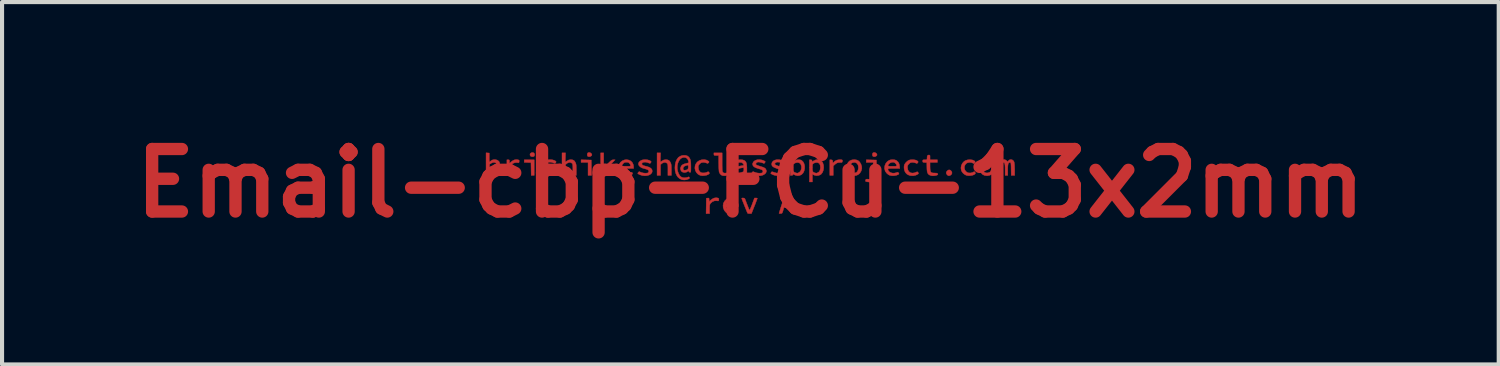
<source format=kicad_pcb>
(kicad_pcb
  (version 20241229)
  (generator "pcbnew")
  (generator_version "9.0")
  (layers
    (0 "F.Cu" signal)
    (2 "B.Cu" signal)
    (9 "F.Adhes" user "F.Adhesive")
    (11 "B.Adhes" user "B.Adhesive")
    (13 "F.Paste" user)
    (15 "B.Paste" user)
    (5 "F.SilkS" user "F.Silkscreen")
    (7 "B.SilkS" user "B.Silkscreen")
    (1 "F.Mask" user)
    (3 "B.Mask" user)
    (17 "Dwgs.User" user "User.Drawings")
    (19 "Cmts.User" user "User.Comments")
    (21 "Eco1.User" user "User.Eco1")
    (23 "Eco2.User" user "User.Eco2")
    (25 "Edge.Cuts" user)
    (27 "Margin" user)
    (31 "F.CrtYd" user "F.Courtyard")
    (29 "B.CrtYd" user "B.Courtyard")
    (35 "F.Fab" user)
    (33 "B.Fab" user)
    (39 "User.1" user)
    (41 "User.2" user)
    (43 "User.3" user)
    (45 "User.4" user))
  (footprint "Email-cbp-FCu-13x2mm"
    (layer "F.Cu")
    (at 15.247 1.418)
    (property "Reference" "Email-cbp-FCu-13x2mm" (at 0 0 0) (layer "F.Cu") (effects (font (size 1.524 1.524) (thickness 0.3))))
    (attr through_hole)
    (fp_poly (pts (xy -3.879 -0.566) (xy -3.873 -0.191) (xy -3.958 -0.191) (xy -3.958 -0.508) (xy -4.128 -0.508) (xy -4.128 -0.572) (xy -3.879 -0.566)) (stroke (width 0.01) (type solid)) (fill yes) (layer "F.Cu"))
    (fp_poly (pts (xy -5.271 -0.191) (xy -5.344 -0.191) (xy -5.347 -0.347) (xy -5.35 -0.503) (xy -5.432 -0.506) (xy -5.514 -0.509) (xy -5.514 -0.572) (xy -5.271 -0.572) (xy -5.271 -0.191)) (stroke (width 0.01) (type solid)) (fill yes) (layer "F.Cu"))
    (fp_poly (pts (xy -5.298 -0.749) (xy -5.274 -0.735) (xy -5.261 -0.71) (xy -5.26 -0.7) (xy -5.264 -0.674) (xy -5.273 -0.658) (xy -5.296 -0.647) (xy -5.327 -0.647) (xy -5.355 -0.658) (xy -5.36 -0.662) (xy -5.375 -0.69) (xy -5.37 -0.718) (xy -5.357 -0.734) (xy -5.328 -0.749) (xy -5.298 -0.749)) (stroke (width 0.01) (type solid)) (fill yes) (layer "F.Cu"))
    (fp_poly (pts (xy -3.906 -0.745) (xy -3.88 -0.727) (xy -3.874 -0.718) (xy -3.864 -0.696) (xy -3.867 -0.681) (xy -3.878 -0.667) (xy -3.904 -0.651) (xy -3.935 -0.646) (xy -3.962 -0.655) (xy -3.967 -0.658) (xy -3.977 -0.681) (xy -3.978 -0.711) (xy -3.968 -0.736) (xy -3.964 -0.74) (xy -3.937 -0.751) (xy -3.906 -0.745)) (stroke (width 0.01) (type solid)) (fill yes) (layer "F.Cu"))
    (fp_poly (pts (xy 3.047 -0.745) (xy 3.073 -0.727) (xy 3.079 -0.718) (xy 3.089 -0.696) (xy 3.086 -0.681) (xy 3.075 -0.667) (xy 3.049 -0.651) (xy 3.018 -0.646) (xy 2.991 -0.655) (xy 2.987 -0.658) (xy 2.976 -0.681) (xy 2.975 -0.711) (xy 2.985 -0.736) (xy 2.989 -0.74) (xy 3.016 -0.751) (xy 3.047 -0.745)) (stroke (width 0.01) (type solid)) (fill yes) (layer "F.Cu"))
    (fp_poly (pts (xy 4.888 -0.31) (xy 4.912 -0.278) (xy 4.917 -0.245) (xy 4.901 -0.213) (xy 4.896 -0.207) (xy 4.863 -0.185) (xy 4.831 -0.182) (xy 4.801 -0.201) (xy 4.795 -0.208) (xy 4.776 -0.241) (xy 4.778 -0.272) (xy 4.799 -0.302) (xy 4.799 -0.302) (xy 4.831 -0.324) (xy 4.862 -0.325) (xy 4.888 -0.31)) (stroke (width 0.01) (type solid)) (fill yes) (layer "F.Cu"))
    (fp_poly (pts (xy -3.577 -0.376) (xy -3.479 -0.474) (xy -3.438 -0.514) (xy -3.409 -0.541) (xy -3.387 -0.558) (xy -3.369 -0.567) (xy -3.352 -0.571) (xy -3.339 -0.572) (xy -3.297 -0.572) (xy -3.449 -0.418) (xy -3.281 -0.191) (xy -3.326 -0.191) (xy -3.347 -0.192) (xy -3.362 -0.196) (xy -3.377 -0.206) (xy -3.395 -0.227) (xy -3.42 -0.26) (xy -3.434 -0.28) (xy -3.498 -0.369) (xy -3.537 -0.331) (xy -3.562 -0.305) (xy -3.573 -0.282) (xy -3.577 -0.252) (xy -3.577 -0.241) (xy -3.577 -0.191) (xy -3.651 -0.191) (xy -3.651 -0.741) (xy -3.577 -0.741) (xy -3.577 -0.376)) (stroke (width 0.01) (type solid)) (fill yes) (layer "F.Cu"))
    (fp_poly (pts (xy 2.215 -0.574) (xy 2.238 -0.568) (xy 2.247 -0.555) (xy 2.245 -0.533) (xy 2.244 -0.532) (xy 2.237 -0.513) (xy 2.223 -0.505) (xy 2.196 -0.506) (xy 2.195 -0.506) (xy 2.15 -0.505) (xy 2.114 -0.495) (xy 2.079 -0.472) (xy 2.063 -0.459) (xy 2.021 -0.421) (xy 2.021 -0.191) (xy 1.937 -0.191) (xy 1.937 -0.572) (xy 1.967 -0.572) (xy 1.993 -0.566) (xy 2.007 -0.548) (xy 2.011 -0.513) (xy 2.011 -0.51) (xy 2.012 -0.491) (xy 2.017 -0.491) (xy 2.027 -0.505) (xy 2.064 -0.541) (xy 2.114 -0.565) (xy 2.17 -0.575) (xy 2.173 -0.575) (xy 2.215 -0.574)) (stroke (width 0.01) (type solid)) (fill yes) (layer "F.Cu"))
    (fp_poly (pts (xy -5.68 -0.575) (xy -5.652 -0.568) (xy -5.638 -0.557) (xy -5.637 -0.552) (xy -5.638 -0.532) (xy -5.639 -0.518) (xy -5.643 -0.504) (xy -5.654 -0.499) (xy -5.679 -0.502) (xy -5.683 -0.503) (xy -5.74 -0.502) (xy -5.792 -0.482) (xy -5.831 -0.449) (xy -5.845 -0.431) (xy -5.855 -0.416) (xy -5.86 -0.396) (xy -5.862 -0.368) (xy -5.863 -0.327) (xy -5.863 -0.301) (xy -5.863 -0.191) (xy -5.937 -0.191) (xy -5.937 -0.572) (xy -5.905 -0.572) (xy -5.885 -0.57) (xy -5.876 -0.561) (xy -5.874 -0.539) (xy -5.874 -0.528) (xy -5.874 -0.484) (xy -5.832 -0.522) (xy -5.799 -0.547) (xy -5.762 -0.566) (xy -5.748 -0.571) (xy -5.713 -0.576) (xy -5.68 -0.575)) (stroke (width 0.01) (type solid)) (fill yes) (layer "F.Cu"))
    (fp_poly (pts (xy -0.811 0.356) (xy -0.784 0.363) (xy -0.769 0.374) (xy -0.768 0.379) (xy -0.77 0.4) (xy -0.771 0.414) (xy -0.774 0.427) (xy -0.786 0.432) (xy -0.811 0.429) (xy -0.815 0.429) (xy -0.872 0.429) (xy -0.924 0.449) (xy -0.963 0.483) (xy -0.977 0.5) (xy -0.986 0.516) (xy -0.992 0.535) (xy -0.994 0.563) (xy -0.995 0.605) (xy -0.995 0.63) (xy -0.995 0.741) (xy -1.08 0.741) (xy -1.077 0.553) (xy -1.074 0.365) (xy -1.04 0.362) (xy -1.018 0.361) (xy -1.008 0.367) (xy -1.006 0.387) (xy -1.005 0.403) (xy -1.005 0.447) (xy -0.964 0.409) (xy -0.93 0.384) (xy -0.894 0.365) (xy -0.879 0.36) (xy -0.845 0.355) (xy -0.811 0.356)) (stroke (width 0.01) (type solid)) (fill yes) (layer "F.Cu"))
    (fp_poly (pts (xy 3.074 -0.566) (xy 3.074 -0.349) (xy 3.074 -0.274) (xy 3.073 -0.217) (xy 3.072 -0.175) (xy 3.069 -0.144) (xy 3.065 -0.122) (xy 3.06 -0.106) (xy 3.056 -0.098) (xy 3.024 -0.061) (xy 2.978 -0.037) (xy 2.921 -0.027) (xy 2.859 -0.033) (xy 2.826 -0.04) (xy 2.81 -0.046) (xy 2.806 -0.057) (xy 2.81 -0.076) (xy 2.81 -0.077) (xy 2.815 -0.09) (xy 2.823 -0.098) (xy 2.841 -0.1) (xy 2.873 -0.099) (xy 2.889 -0.098) (xy 2.923 -0.096) (xy 2.949 -0.098) (xy 2.968 -0.105) (xy 2.981 -0.122) (xy 2.989 -0.149) (xy 2.993 -0.19) (xy 2.995 -0.247) (xy 2.995 -0.323) (xy 2.995 -0.508) (xy 2.826 -0.508) (xy 2.826 -0.572) (xy 3.074 -0.566)) (stroke (width 0.01) (type solid)) (fill yes) (layer "F.Cu"))
    (fp_poly (pts (xy -6.406 -0.739) (xy -6.366 -0.736) (xy -6.367 -0.627) (xy -6.367 -0.582) (xy -6.365 -0.546) (xy -6.363 -0.524) (xy -6.361 -0.519) (xy -6.349 -0.526) (xy -6.334 -0.54) (xy -6.299 -0.565) (xy -6.255 -0.576) (xy -6.209 -0.575) (xy -6.166 -0.561) (xy -6.133 -0.535) (xy -6.127 -0.526) (xy -6.119 -0.51) (xy -6.113 -0.49) (xy -6.11 -0.464) (xy -6.108 -0.427) (xy -6.107 -0.374) (xy -6.107 -0.341) (xy -6.107 -0.191) (xy -6.181 -0.191) (xy -6.181 -0.318) (xy -6.182 -0.384) (xy -6.186 -0.433) (xy -6.193 -0.466) (xy -6.204 -0.488) (xy -6.217 -0.5) (xy -6.245 -0.508) (xy -6.281 -0.504) (xy -6.318 -0.489) (xy -6.325 -0.484) (xy -6.36 -0.46) (xy -6.361 -0.325) (xy -6.361 -0.191) (xy -6.445 -0.191) (xy -6.445 -0.742) (xy -6.406 -0.739)) (stroke (width 0.01) (type solid)) (fill yes) (layer "F.Cu"))
    (fp_poly (pts (xy -0.688 -0.513) (xy -0.688 -0.438) (xy -0.687 -0.381) (xy -0.686 -0.339) (xy -0.684 -0.31) (xy -0.681 -0.291) (xy -0.677 -0.278) (xy -0.671 -0.269) (xy -0.666 -0.264) (xy -0.648 -0.25) (xy -0.626 -0.247) (xy -0.597 -0.249) (xy -0.568 -0.253) (xy -0.552 -0.249) (xy -0.543 -0.237) (xy -0.541 -0.231) (xy -0.537 -0.212) (xy -0.548 -0.199) (xy -0.559 -0.194) (xy -0.597 -0.184) (xy -0.643 -0.182) (xy -0.683 -0.187) (xy -0.717 -0.205) (xy -0.745 -0.238) (xy -0.762 -0.274) (xy -0.765 -0.297) (xy -0.768 -0.337) (xy -0.771 -0.389) (xy -0.772 -0.45) (xy -0.773 -0.495) (xy -0.773 -0.677) (xy -0.831 -0.677) (xy -0.864 -0.678) (xy -0.881 -0.681) (xy -0.888 -0.691) (xy -0.889 -0.709) (xy -0.889 -0.741) (xy -0.688 -0.741) (xy -0.688 -0.513)) (stroke (width 0.01) (type solid)) (fill yes) (layer "F.Cu"))
    (fp_poly (pts (xy -4.51 -0.63) (xy -4.512 -0.584) (xy -4.512 -0.548) (xy -4.511 -0.524) (xy -4.51 -0.519) (xy -4.5 -0.524) (xy -4.481 -0.539) (xy -4.48 -0.54) (xy -4.43 -0.567) (xy -4.377 -0.576) (xy -4.332 -0.569) (xy -4.302 -0.555) (xy -4.281 -0.531) (xy -4.268 -0.508) (xy -4.258 -0.486) (xy -4.251 -0.463) (xy -4.247 -0.435) (xy -4.245 -0.396) (xy -4.244 -0.343) (xy -4.244 -0.326) (xy -4.244 -0.191) (xy -4.329 -0.191) (xy -4.329 -0.328) (xy -4.329 -0.385) (xy -4.33 -0.425) (xy -4.333 -0.452) (xy -4.338 -0.47) (xy -4.345 -0.482) (xy -4.35 -0.487) (xy -4.382 -0.505) (xy -4.42 -0.507) (xy -4.46 -0.492) (xy -4.476 -0.481) (xy -4.508 -0.453) (xy -4.508 -0.191) (xy -4.593 -0.191) (xy -4.593 -0.741) (xy -4.55 -0.741) (xy -4.507 -0.741) (xy -4.51 -0.63)) (stroke (width 0.01) (type solid)) (fill yes) (layer "F.Cu"))
    (fp_poly (pts (xy -2.193 -0.63) (xy -2.194 -0.584) (xy -2.194 -0.548) (xy -2.193 -0.524) (xy -2.192 -0.519) (xy -2.183 -0.524) (xy -2.163 -0.539) (xy -2.162 -0.54) (xy -2.113 -0.567) (xy -2.059 -0.576) (xy -2.015 -0.569) (xy -1.985 -0.555) (xy -1.963 -0.531) (xy -1.95 -0.508) (xy -1.94 -0.486) (xy -1.933 -0.463) (xy -1.929 -0.435) (xy -1.927 -0.396) (xy -1.926 -0.343) (xy -1.926 -0.326) (xy -1.926 -0.191) (xy -2.011 -0.191) (xy -2.011 -0.328) (xy -2.011 -0.385) (xy -2.012 -0.425) (xy -2.015 -0.452) (xy -2.02 -0.47) (xy -2.027 -0.482) (xy -2.032 -0.487) (xy -2.064 -0.505) (xy -2.103 -0.507) (xy -2.142 -0.492) (xy -2.158 -0.481) (xy -2.191 -0.453) (xy -2.191 -0.191) (xy -2.275 -0.191) (xy -2.275 -0.741) (xy -2.232 -0.741) (xy -2.189 -0.741) (xy -2.193 -0.63)) (stroke (width 0.01) (type solid)) (fill yes) (layer "F.Cu"))
    (fp_poly (pts (xy 1.036 0.487) (xy 1.121 0.742) (xy 1.077 0.739) (xy 1.033 0.736) (xy 1.011 0.667) (xy 0.99 0.598) (xy 0.904 0.595) (xy 0.818 0.592) (xy 0.798 0.664) (xy 0.787 0.701) (xy 0.777 0.723) (xy 0.767 0.734) (xy 0.75 0.738) (xy 0.738 0.739) (xy 0.713 0.739) (xy 0.699 0.736) (xy 0.699 0.735) (xy 0.702 0.724) (xy 0.71 0.695) (xy 0.724 0.651) (xy 0.741 0.596) (xy 0.762 0.532) (xy 0.763 0.529) (xy 0.839 0.529) (xy 0.972 0.529) (xy 0.941 0.426) (xy 0.927 0.382) (xy 0.916 0.345) (xy 0.909 0.32) (xy 0.907 0.313) (xy 0.903 0.319) (xy 0.895 0.341) (xy 0.883 0.376) (xy 0.871 0.416) (xy 0.839 0.529) (xy 0.763 0.529) (xy 0.779 0.481) (xy 0.859 0.233) (xy 0.951 0.233) (xy 1.036 0.487)) (stroke (width 0.01) (type solid)) (fill yes) (layer "F.Cu"))
    (fp_poly (pts (xy -0.159 0.362) (xy -0.139 0.371) (xy -0.133 0.378) (xy -0.126 0.395) (xy -0.114 0.427) (xy -0.098 0.47) (xy -0.079 0.519) (xy -0.077 0.524) (xy -0.058 0.572) (xy -0.042 0.614) (xy -0.029 0.644) (xy -0.022 0.658) (xy -0.022 0.659) (xy -0.016 0.652) (xy -0.004 0.629) (xy 0.012 0.592) (xy 0.031 0.545) (xy 0.043 0.513) (xy 0.1 0.36) (xy 0.135 0.36) (xy 0.158 0.362) (xy 0.17 0.367) (xy 0.17 0.368) (xy 0.166 0.38) (xy 0.156 0.408) (xy 0.14 0.45) (xy 0.121 0.501) (xy 0.098 0.558) (xy 0.026 0.741) (xy -0.018 0.741) (xy -0.046 0.739) (xy -0.065 0.735) (xy -0.067 0.733) (xy -0.074 0.718) (xy -0.087 0.688) (xy -0.103 0.647) (xy -0.123 0.599) (xy -0.144 0.547) (xy -0.164 0.496) (xy -0.183 0.448) (xy -0.198 0.409) (xy -0.208 0.382) (xy -0.212 0.37) (xy -0.203 0.361) (xy -0.183 0.359) (xy -0.159 0.362)) (stroke (width 0.01) (type solid)) (fill yes) (layer "F.Cu"))
    (fp_poly (pts (xy 5.415 -0.567) (xy 5.442 -0.557) (xy 5.471 -0.54) (xy 5.48 -0.523) (xy 5.473 -0.502) (xy 5.466 -0.493) (xy 5.454 -0.48) (xy 5.441 -0.481) (xy 5.425 -0.491) (xy 5.388 -0.505) (xy 5.342 -0.508) (xy 5.298 -0.5) (xy 5.271 -0.487) (xy 5.238 -0.452) (xy 5.221 -0.41) (xy 5.219 -0.364) (xy 5.232 -0.321) (xy 5.259 -0.284) (xy 5.298 -0.259) (xy 5.311 -0.254) (xy 5.364 -0.25) (xy 5.416 -0.262) (xy 5.438 -0.273) (xy 5.457 -0.283) (xy 5.469 -0.278) (xy 5.477 -0.269) (xy 5.488 -0.248) (xy 5.484 -0.231) (xy 5.462 -0.214) (xy 5.453 -0.208) (xy 5.413 -0.193) (xy 5.361 -0.185) (xy 5.308 -0.185) (xy 5.267 -0.192) (xy 5.225 -0.213) (xy 5.185 -0.247) (xy 5.154 -0.289) (xy 5.143 -0.315) (xy 5.134 -0.373) (xy 5.144 -0.432) (xy 5.169 -0.486) (xy 5.209 -0.53) (xy 5.241 -0.552) (xy 5.296 -0.57) (xy 5.357 -0.575) (xy 5.415 -0.567)) (stroke (width 0.01) (type solid)) (fill yes) (layer "F.Cu"))
    (fp_poly (pts (xy -1.067 -0.565) (xy -1.025 -0.541) (xy -1.009 -0.526) (xy -1.008 -0.514) (xy -1.02 -0.499) (xy -1.036 -0.485) (xy -1.051 -0.484) (xy -1.07 -0.493) (xy -1.099 -0.502) (xy -1.137 -0.508) (xy -1.149 -0.508) (xy -1.183 -0.505) (xy -1.208 -0.495) (xy -1.234 -0.472) (xy -1.257 -0.445) (xy -1.268 -0.42) (xy -1.27 -0.386) (xy -1.262 -0.333) (xy -1.241 -0.291) (xy -1.21 -0.264) (xy -1.173 -0.253) (xy -1.126 -0.252) (xy -1.081 -0.261) (xy -1.06 -0.269) (xy -1.036 -0.28) (xy -1.023 -0.281) (xy -1.013 -0.271) (xy -1.01 -0.268) (xy -0.998 -0.25) (xy -0.999 -0.237) (xy -1.014 -0.223) (xy -1.032 -0.212) (xy -1.071 -0.195) (xy -1.121 -0.186) (xy -1.173 -0.183) (xy -1.216 -0.189) (xy -1.219 -0.19) (xy -1.273 -0.217) (xy -1.314 -0.259) (xy -1.342 -0.311) (xy -1.354 -0.368) (xy -1.348 -0.426) (xy -1.334 -0.465) (xy -1.297 -0.517) (xy -1.246 -0.553) (xy -1.191 -0.571) (xy -1.126 -0.577) (xy -1.067 -0.565)) (stroke (width 0.01) (type solid)) (fill yes) (layer "F.Cu"))
    (fp_poly (pts (xy 2.589 -0.568) (xy 2.628 -0.552) (xy 2.666 -0.517) (xy 2.696 -0.468) (xy 2.714 -0.413) (xy 2.718 -0.36) (xy 2.702 -0.299) (xy 2.672 -0.249) (xy 2.63 -0.211) (xy 2.579 -0.188) (xy 2.522 -0.181) (xy 2.464 -0.193) (xy 2.456 -0.197) (xy 2.41 -0.222) (xy 2.377 -0.257) (xy 2.359 -0.288) (xy 2.341 -0.344) (xy 2.341 -0.372) (xy 2.424 -0.372) (xy 2.432 -0.321) (xy 2.454 -0.28) (xy 2.49 -0.254) (xy 2.491 -0.254) (xy 2.522 -0.249) (xy 2.559 -0.254) (xy 2.589 -0.266) (xy 2.591 -0.268) (xy 2.616 -0.3) (xy 2.631 -0.344) (xy 2.634 -0.393) (xy 2.626 -0.44) (xy 2.619 -0.455) (xy 2.593 -0.489) (xy 2.557 -0.506) (xy 2.529 -0.508) (xy 2.484 -0.499) (xy 2.451 -0.474) (xy 2.431 -0.432) (xy 2.424 -0.374) (xy 2.424 -0.372) (xy 2.341 -0.372) (xy 2.341 -0.404) (xy 2.357 -0.462) (xy 2.387 -0.513) (xy 2.425 -0.548) (xy 2.476 -0.569) (xy 2.533 -0.576) (xy 2.589 -0.568)) (stroke (width 0.01) (type solid)) (fill yes) (layer "F.Cu"))
    (fp_poly (pts (xy 3.993 -0.572) (xy 4.036 -0.563) (xy 4.05 -0.558) (xy 4.08 -0.539) (xy 4.092 -0.522) (xy 4.086 -0.505) (xy 4.08 -0.497) (xy 4.065 -0.484) (xy 4.05 -0.484) (xy 4.031 -0.493) (xy 4.002 -0.502) (xy 3.964 -0.508) (xy 3.952 -0.508) (xy 3.918 -0.505) (xy 3.893 -0.495) (xy 3.867 -0.472) (xy 3.844 -0.446) (xy 3.834 -0.421) (xy 3.831 -0.387) (xy 3.831 -0.385) (xy 3.84 -0.329) (xy 3.863 -0.287) (xy 3.898 -0.259) (xy 3.944 -0.248) (xy 3.998 -0.253) (xy 4.045 -0.271) (xy 4.066 -0.28) (xy 4.08 -0.275) (xy 4.09 -0.262) (xy 4.1 -0.244) (xy 4.096 -0.231) (xy 4.083 -0.221) (xy 4.032 -0.195) (xy 3.972 -0.182) (xy 3.908 -0.185) (xy 3.87 -0.195) (xy 3.822 -0.219) (xy 3.787 -0.254) (xy 3.767 -0.288) (xy 3.753 -0.327) (xy 3.747 -0.374) (xy 3.748 -0.42) (xy 3.757 -0.456) (xy 3.758 -0.458) (xy 3.785 -0.497) (xy 3.822 -0.534) (xy 3.857 -0.558) (xy 3.894 -0.57) (xy 3.943 -0.574) (xy 3.993 -0.572)) (stroke (width 0.01) (type solid)) (fill yes) (layer "F.Cu"))
    (fp_poly (pts (xy 4.368 -0.687) (xy 4.378 -0.68) (xy 4.381 -0.663) (xy 4.381 -0.63) (xy 4.381 -0.572) (xy 4.561 -0.572) (xy 4.561 -0.508) (xy 4.381 -0.508) (xy 4.381 -0.403) (xy 4.383 -0.343) (xy 4.388 -0.3) (xy 4.4 -0.273) (xy 4.42 -0.257) (xy 4.451 -0.251) (xy 4.489 -0.249) (xy 4.532 -0.248) (xy 4.558 -0.241) (xy 4.57 -0.228) (xy 4.572 -0.215) (xy 4.562 -0.203) (xy 4.538 -0.193) (xy 4.503 -0.185) (xy 4.465 -0.181) (xy 4.428 -0.182) (xy 4.403 -0.187) (xy 4.365 -0.202) (xy 4.339 -0.222) (xy 4.321 -0.25) (xy 4.31 -0.289) (xy 4.305 -0.344) (xy 4.304 -0.391) (xy 4.302 -0.503) (xy 4.252 -0.506) (xy 4.222 -0.509) (xy 4.207 -0.515) (xy 4.202 -0.528) (xy 4.202 -0.54) (xy 4.203 -0.559) (xy 4.21 -0.568) (xy 4.229 -0.571) (xy 4.255 -0.572) (xy 4.286 -0.572) (xy 4.301 -0.576) (xy 4.307 -0.588) (xy 4.308 -0.606) (xy 4.31 -0.649) (xy 4.319 -0.675) (xy 4.336 -0.686) (xy 4.351 -0.688) (xy 4.368 -0.687)) (stroke (width 0.01) (type solid)) (fill yes) (layer "F.Cu"))
    (fp_poly (pts (xy 5.836 -0.565) (xy 5.888 -0.537) (xy 5.929 -0.494) (xy 5.955 -0.437) (xy 5.955 -0.434) (xy 5.963 -0.369) (xy 5.952 -0.31) (xy 5.926 -0.259) (xy 5.886 -0.219) (xy 5.836 -0.193) (xy 5.777 -0.182) (xy 5.713 -0.19) (xy 5.709 -0.191) (xy 5.661 -0.215) (xy 5.624 -0.255) (xy 5.598 -0.306) (xy 5.588 -0.349) (xy 5.668 -0.349) (xy 5.682 -0.299) (xy 5.685 -0.293) (xy 5.71 -0.267) (xy 5.747 -0.253) (xy 5.789 -0.252) (xy 5.831 -0.266) (xy 5.839 -0.27) (xy 5.857 -0.292) (xy 5.873 -0.326) (xy 5.883 -0.365) (xy 5.884 -0.384) (xy 5.879 -0.413) (xy 5.865 -0.448) (xy 5.847 -0.478) (xy 5.834 -0.493) (xy 5.804 -0.505) (xy 5.766 -0.507) (xy 5.729 -0.5) (xy 5.707 -0.487) (xy 5.681 -0.45) (xy 5.668 -0.401) (xy 5.668 -0.349) (xy 5.588 -0.349) (xy 5.585 -0.363) (xy 5.588 -0.423) (xy 5.591 -0.434) (xy 5.616 -0.492) (xy 5.656 -0.536) (xy 5.708 -0.564) (xy 5.77 -0.575) (xy 5.773 -0.575) (xy 5.836 -0.565)) (stroke (width 0.01) (type solid)) (fill yes) (layer "F.Cu"))
    (fp_poly (pts (xy 1.048 -0.53) (xy 1.086 -0.553) (xy 1.133 -0.571) (xy 1.183 -0.575) (xy 1.23 -0.567) (xy 1.252 -0.556) (xy 1.288 -0.52) (xy 1.312 -0.472) (xy 1.324 -0.417) (xy 1.323 -0.358) (xy 1.311 -0.301) (xy 1.287 -0.251) (xy 1.25 -0.213) (xy 1.248 -0.211) (xy 1.199 -0.188) (xy 1.146 -0.183) (xy 1.094 -0.197) (xy 1.087 -0.2) (xy 1.059 -0.216) (xy 1.044 -0.221) (xy 1.038 -0.217) (xy 1.037 -0.206) (xy 1.028 -0.194) (xy 1.005 -0.191) (xy 0.974 -0.191) (xy 0.974 -0.378) (xy 1.048 -0.378) (xy 1.048 -0.377) (xy 1.049 -0.328) (xy 1.053 -0.296) (xy 1.064 -0.276) (xy 1.082 -0.263) (xy 1.108 -0.254) (xy 1.13 -0.248) (xy 1.141 -0.244) (xy 1.151 -0.247) (xy 1.174 -0.256) (xy 1.179 -0.258) (xy 1.211 -0.282) (xy 1.234 -0.32) (xy 1.245 -0.366) (xy 1.244 -0.414) (xy 1.23 -0.458) (xy 1.219 -0.476) (xy 1.19 -0.498) (xy 1.152 -0.506) (xy 1.109 -0.5) (xy 1.082 -0.487) (xy 1.065 -0.476) (xy 1.055 -0.465) (xy 1.05 -0.448) (xy 1.048 -0.421) (xy 1.048 -0.378) (xy 0.974 -0.378) (xy 0.974 -0.741) (xy 1.048 -0.741) (xy 1.048 -0.53)) (stroke (width 0.01) (type solid)) (fill yes) (layer "F.Cu"))
    (fp_poly (pts (xy 6.388 -0.569) (xy 6.417 -0.545) (xy 6.431 -0.518) (xy 6.436 -0.493) (xy 6.441 -0.451) (xy 6.443 -0.397) (xy 6.445 -0.337) (xy 6.445 -0.336) (xy 6.445 -0.191) (xy 6.361 -0.191) (xy 6.358 -0.347) (xy 6.357 -0.407) (xy 6.355 -0.45) (xy 6.353 -0.477) (xy 6.35 -0.494) (xy 6.344 -0.502) (xy 6.337 -0.505) (xy 6.333 -0.506) (xy 6.312 -0.505) (xy 6.296 -0.493) (xy 6.286 -0.468) (xy 6.279 -0.428) (xy 6.276 -0.37) (xy 6.276 -0.326) (xy 6.276 -0.191) (xy 6.212 -0.191) (xy 6.212 -0.322) (xy 6.211 -0.392) (xy 6.208 -0.443) (xy 6.202 -0.478) (xy 6.192 -0.498) (xy 6.178 -0.507) (xy 6.171 -0.508) (xy 6.15 -0.502) (xy 6.135 -0.482) (xy 6.125 -0.447) (xy 6.119 -0.394) (xy 6.117 -0.322) (xy 6.117 -0.318) (xy 6.117 -0.191) (xy 6.043 -0.191) (xy 6.043 -0.572) (xy 6.075 -0.572) (xy 6.098 -0.568) (xy 6.106 -0.556) (xy 6.107 -0.548) (xy 6.107 -0.525) (xy 6.13 -0.548) (xy 6.167 -0.573) (xy 6.201 -0.578) (xy 6.234 -0.561) (xy 6.242 -0.554) (xy 6.273 -0.524) (xy 6.29 -0.546) (xy 6.319 -0.571) (xy 6.354 -0.578) (xy 6.388 -0.569)) (stroke (width 0.01) (type solid)) (fill yes) (layer "F.Cu"))
    (fp_poly (pts (xy 1.69 -0.566) (xy 1.698 -0.562) (xy 1.734 -0.542) (xy 1.756 -0.517) (xy 1.767 -0.495) (xy 1.785 -0.438) (xy 1.788 -0.376) (xy 1.779 -0.316) (xy 1.758 -0.262) (xy 1.726 -0.221) (xy 1.714 -0.212) (xy 1.667 -0.19) (xy 1.614 -0.184) (xy 1.563 -0.195) (xy 1.553 -0.199) (xy 1.513 -0.22) (xy 1.513 -0.032) (xy 1.439 -0.032) (xy 1.439 -0.378) (xy 1.513 -0.378) (xy 1.513 -0.377) (xy 1.514 -0.328) (xy 1.519 -0.296) (xy 1.53 -0.276) (xy 1.548 -0.263) (xy 1.574 -0.254) (xy 1.595 -0.248) (xy 1.604 -0.244) (xy 1.614 -0.247) (xy 1.636 -0.254) (xy 1.639 -0.255) (xy 1.674 -0.278) (xy 1.697 -0.317) (xy 1.707 -0.371) (xy 1.707 -0.39) (xy 1.701 -0.443) (xy 1.682 -0.48) (xy 1.651 -0.5) (xy 1.623 -0.506) (xy 1.573 -0.499) (xy 1.548 -0.487) (xy 1.531 -0.476) (xy 1.521 -0.465) (xy 1.516 -0.448) (xy 1.514 -0.421) (xy 1.513 -0.378) (xy 1.439 -0.378) (xy 1.439 -0.572) (xy 1.471 -0.572) (xy 1.494 -0.568) (xy 1.503 -0.556) (xy 1.503 -0.55) (xy 1.504 -0.535) (xy 1.51 -0.531) (xy 1.526 -0.537) (xy 1.547 -0.549) (xy 1.597 -0.572) (xy 1.643 -0.577) (xy 1.69 -0.566)) (stroke (width 0.01) (type solid)) (fill yes) (layer "F.Cu"))
    (fp_poly (pts (xy -4.832 -0.572) (xy -4.784 -0.559) (xy -4.752 -0.542) (xy -4.737 -0.527) (xy -4.739 -0.513) (xy -4.746 -0.501) (xy -4.76 -0.486) (xy -4.775 -0.485) (xy -4.792 -0.492) (xy -4.837 -0.508) (xy -4.881 -0.515) (xy -4.919 -0.512) (xy -4.948 -0.501) (xy -4.963 -0.481) (xy -4.964 -0.473) (xy -4.96 -0.456) (xy -4.946 -0.442) (xy -4.919 -0.43) (xy -4.876 -0.417) (xy -4.852 -0.412) (xy -4.788 -0.392) (xy -4.744 -0.366) (xy -4.718 -0.334) (xy -4.71 -0.295) (xy -4.719 -0.257) (xy -4.746 -0.225) (xy -4.786 -0.201) (xy -4.836 -0.186) (xy -4.892 -0.181) (xy -4.951 -0.188) (xy -4.985 -0.198) (xy -5.018 -0.21) (xy -5.044 -0.223) (xy -5.051 -0.227) (xy -5.063 -0.238) (xy -5.062 -0.249) (xy -5.051 -0.264) (xy -5.037 -0.279) (xy -5.024 -0.283) (xy -5.004 -0.274) (xy -4.996 -0.27) (xy -4.96 -0.257) (xy -4.916 -0.248) (xy -4.871 -0.245) (xy -4.834 -0.248) (xy -4.817 -0.253) (xy -4.798 -0.274) (xy -4.794 -0.292) (xy -4.799 -0.31) (xy -4.815 -0.325) (xy -4.845 -0.339) (xy -4.891 -0.353) (xy -4.921 -0.36) (xy -4.969 -0.377) (xy -5.008 -0.403) (xy -5.036 -0.434) (xy -5.048 -0.466) (xy -5.048 -0.469) (xy -5.038 -0.506) (xy -5.011 -0.538) (xy -4.97 -0.562) (xy -4.939 -0.571) (xy -4.886 -0.576) (xy -4.832 -0.572)) (stroke (width 0.01) (type solid)) (fill yes) (layer "F.Cu"))
    (fp_poly (pts (xy -2.514 -0.572) (xy -2.466 -0.559) (xy -2.434 -0.542) (xy -2.419 -0.527) (xy -2.421 -0.513) (xy -2.429 -0.501) (xy -2.442 -0.486) (xy -2.457 -0.485) (xy -2.474 -0.492) (xy -2.519 -0.508) (xy -2.563 -0.515) (xy -2.602 -0.512) (xy -2.63 -0.501) (xy -2.645 -0.481) (xy -2.646 -0.473) (xy -2.642 -0.456) (xy -2.628 -0.442) (xy -2.602 -0.43) (xy -2.559 -0.417) (xy -2.535 -0.412) (xy -2.471 -0.392) (xy -2.426 -0.366) (xy -2.4 -0.334) (xy -2.392 -0.295) (xy -2.401 -0.257) (xy -2.428 -0.225) (xy -2.468 -0.201) (xy -2.518 -0.186) (xy -2.574 -0.181) (xy -2.634 -0.188) (xy -2.667 -0.198) (xy -2.7 -0.21) (xy -2.727 -0.223) (xy -2.733 -0.227) (xy -2.746 -0.238) (xy -2.744 -0.249) (xy -2.733 -0.264) (xy -2.719 -0.279) (xy -2.706 -0.283) (xy -2.686 -0.274) (xy -2.678 -0.27) (xy -2.642 -0.257) (xy -2.598 -0.248) (xy -2.554 -0.245) (xy -2.516 -0.248) (xy -2.499 -0.253) (xy -2.48 -0.274) (xy -2.477 -0.292) (xy -2.481 -0.31) (xy -2.497 -0.325) (xy -2.527 -0.339) (xy -2.573 -0.353) (xy -2.603 -0.36) (xy -2.651 -0.377) (xy -2.691 -0.403) (xy -2.719 -0.434) (xy -2.73 -0.466) (xy -2.731 -0.469) (xy -2.721 -0.506) (xy -2.693 -0.538) (xy -2.652 -0.562) (xy -2.621 -0.571) (xy -2.568 -0.576) (xy -2.514 -0.572)) (stroke (width 0.01) (type solid)) (fill yes) (layer "F.Cu"))
    (fp_poly (pts (xy 0.757 -0.563) (xy 0.788 -0.552) (xy 0.84 -0.529) (xy 0.817 -0.506) (xy 0.798 -0.491) (xy 0.78 -0.491) (xy 0.768 -0.495) (xy 0.741 -0.504) (xy 0.705 -0.512) (xy 0.691 -0.514) (xy 0.656 -0.516) (xy 0.632 -0.511) (xy 0.614 -0.499) (xy 0.597 -0.48) (xy 0.596 -0.464) (xy 0.613 -0.448) (xy 0.648 -0.431) (xy 0.703 -0.413) (xy 0.707 -0.412) (xy 0.752 -0.398) (xy 0.791 -0.383) (xy 0.818 -0.371) (xy 0.825 -0.366) (xy 0.847 -0.333) (xy 0.852 -0.294) (xy 0.842 -0.256) (xy 0.817 -0.222) (xy 0.793 -0.206) (xy 0.754 -0.193) (xy 0.703 -0.186) (xy 0.65 -0.185) (xy 0.602 -0.19) (xy 0.587 -0.194) (xy 0.544 -0.21) (xy 0.513 -0.226) (xy 0.498 -0.239) (xy 0.497 -0.242) (xy 0.503 -0.256) (xy 0.511 -0.268) (xy 0.52 -0.278) (xy 0.532 -0.28) (xy 0.552 -0.275) (xy 0.58 -0.265) (xy 0.639 -0.248) (xy 0.692 -0.244) (xy 0.735 -0.253) (xy 0.753 -0.264) (xy 0.769 -0.282) (xy 0.769 -0.299) (xy 0.752 -0.316) (xy 0.716 -0.334) (xy 0.662 -0.354) (xy 0.656 -0.356) (xy 0.598 -0.378) (xy 0.558 -0.398) (xy 0.533 -0.42) (xy 0.521 -0.446) (xy 0.519 -0.469) (xy 0.529 -0.509) (xy 0.555 -0.541) (xy 0.594 -0.563) (xy 0.644 -0.575) (xy 0.699 -0.575) (xy 0.757 -0.563)) (stroke (width 0.01) (type solid)) (fill yes) (layer "F.Cu"))
    (fp_poly (pts (xy 3.513 -0.572) (xy 3.551 -0.561) (xy 3.564 -0.554) (xy 3.605 -0.515) (xy 3.629 -0.468) (xy 3.638 -0.418) (xy 3.643 -0.36) (xy 3.499 -0.36) (xy 3.441 -0.36) (xy 3.401 -0.359) (xy 3.376 -0.357) (xy 3.362 -0.353) (xy 3.356 -0.347) (xy 3.355 -0.341) (xy 3.364 -0.306) (xy 3.39 -0.277) (xy 3.428 -0.256) (xy 3.474 -0.246) (xy 3.522 -0.248) (xy 3.561 -0.259) (xy 3.586 -0.268) (xy 3.6 -0.266) (xy 3.612 -0.254) (xy 3.614 -0.252) (xy 3.624 -0.234) (xy 3.619 -0.222) (xy 3.611 -0.216) (xy 3.568 -0.196) (xy 3.512 -0.184) (xy 3.453 -0.183) (xy 3.401 -0.192) (xy 3.363 -0.211) (xy 3.326 -0.243) (xy 3.296 -0.282) (xy 3.285 -0.304) (xy 3.271 -0.361) (xy 3.276 -0.421) (xy 3.279 -0.428) (xy 3.356 -0.428) (xy 3.365 -0.419) (xy 3.39 -0.415) (xy 3.433 -0.413) (xy 3.461 -0.413) (xy 3.509 -0.413) (xy 3.54 -0.415) (xy 3.557 -0.418) (xy 3.565 -0.424) (xy 3.567 -0.432) (xy 3.557 -0.462) (xy 3.534 -0.489) (xy 3.504 -0.508) (xy 3.492 -0.512) (xy 3.45 -0.511) (xy 3.408 -0.495) (xy 3.375 -0.469) (xy 3.372 -0.464) (xy 3.359 -0.443) (xy 3.356 -0.428) (xy 3.279 -0.428) (xy 3.298 -0.477) (xy 3.335 -0.525) (xy 3.381 -0.558) (xy 3.42 -0.571) (xy 3.466 -0.575) (xy 3.513 -0.572)) (stroke (width 0.01) (type solid)) (fill yes) (layer "F.Cu"))
    (fp_poly (pts (xy -2.961 -0.565) (xy -2.911 -0.539) (xy -2.874 -0.498) (xy -2.852 -0.446) (xy -2.847 -0.405) (xy -2.847 -0.36) (xy -2.99 -0.36) (xy -3.047 -0.36) (xy -3.087 -0.359) (xy -3.112 -0.356) (xy -3.126 -0.353) (xy -3.132 -0.347) (xy -3.133 -0.341) (xy -3.123 -0.311) (xy -3.099 -0.281) (xy -3.069 -0.259) (xy -3.02 -0.245) (xy -2.962 -0.249) (xy -2.929 -0.259) (xy -2.902 -0.267) (xy -2.888 -0.266) (xy -2.879 -0.255) (xy -2.877 -0.251) (xy -2.871 -0.231) (xy -2.883 -0.216) (xy -2.885 -0.215) (xy -2.93 -0.193) (xy -2.986 -0.183) (xy -3.046 -0.184) (xy -3.094 -0.195) (xy -3.136 -0.215) (xy -3.167 -0.242) (xy -3.193 -0.284) (xy -3.197 -0.293) (xy -3.216 -0.353) (xy -3.215 -0.411) (xy -3.208 -0.433) (xy -3.133 -0.433) (xy -3.127 -0.422) (xy -3.104 -0.416) (xy -3.063 -0.413) (xy -3.027 -0.413) (xy -2.979 -0.413) (xy -2.948 -0.414) (xy -2.93 -0.418) (xy -2.923 -0.424) (xy -2.921 -0.433) (xy -2.921 -0.433) (xy -2.928 -0.455) (xy -2.944 -0.48) (xy -2.946 -0.483) (xy -2.966 -0.501) (xy -2.989 -0.51) (xy -3.022 -0.512) (xy -3.056 -0.509) (xy -3.079 -0.5) (xy -3.101 -0.48) (xy -3.103 -0.478) (xy -3.124 -0.451) (xy -3.133 -0.433) (xy -3.208 -0.433) (xy -3.198 -0.466) (xy -3.166 -0.512) (xy -3.121 -0.548) (xy -3.065 -0.57) (xy -3.021 -0.575) (xy -2.961 -0.565)) (stroke (width 0.01) (type solid)) (fill yes) (layer "F.Cu"))
    (fp_poly (pts (xy -0.396 0.369) (xy -0.378 0.378) (xy -0.346 0.406) (xy -0.319 0.448) (xy -0.301 0.495) (xy -0.296 0.531) (xy -0.296 0.572) (xy -0.439 0.572) (xy -0.497 0.572) (xy -0.536 0.573) (xy -0.561 0.575) (xy -0.575 0.578) (xy -0.581 0.584) (xy -0.582 0.592) (xy -0.582 0.593) (xy -0.575 0.613) (xy -0.558 0.639) (xy -0.553 0.646) (xy -0.514 0.674) (xy -0.465 0.686) (xy -0.409 0.681) (xy -0.383 0.674) (xy -0.355 0.665) (xy -0.34 0.664) (xy -0.331 0.673) (xy -0.326 0.68) (xy -0.321 0.7) (xy -0.332 0.715) (xy -0.334 0.716) (xy -0.379 0.738) (xy -0.435 0.749) (xy -0.495 0.747) (xy -0.542 0.736) (xy -0.578 0.721) (xy -0.604 0.702) (xy -0.627 0.674) (xy -0.642 0.649) (xy -0.663 0.594) (xy -0.666 0.536) (xy -0.658 0.5) (xy -0.582 0.5) (xy -0.575 0.51) (xy -0.552 0.516) (xy -0.51 0.518) (xy -0.476 0.519) (xy -0.424 0.518) (xy -0.391 0.515) (xy -0.374 0.51) (xy -0.37 0.505) (xy -0.376 0.488) (xy -0.388 0.463) (xy -0.391 0.459) (xy -0.419 0.43) (xy -0.456 0.417) (xy -0.497 0.42) (xy -0.536 0.439) (xy -0.556 0.457) (xy -0.575 0.482) (xy -0.582 0.5) (xy -0.658 0.5) (xy -0.653 0.479) (xy -0.625 0.429) (xy -0.584 0.389) (xy -0.558 0.374) (xy -0.505 0.359) (xy -0.448 0.358) (xy -0.396 0.369)) (stroke (width 0.01) (type solid)) (fill yes) (layer "F.Cu"))
    (fp_poly (pts (xy 0.283 -0.567) (xy 0.331 -0.549) (xy 0.355 -0.535) (xy 0.364 -0.525) (xy 0.359 -0.512) (xy 0.354 -0.503) (xy 0.34 -0.485) (xy 0.326 -0.483) (xy 0.308 -0.492) (xy 0.279 -0.502) (xy 0.242 -0.511) (xy 0.225 -0.514) (xy 0.191 -0.517) (xy 0.17 -0.513) (xy 0.153 -0.502) (xy 0.15 -0.499) (xy 0.135 -0.481) (xy 0.131 -0.466) (xy 0.14 -0.452) (xy 0.164 -0.439) (xy 0.205 -0.424) (xy 0.264 -0.405) (xy 0.272 -0.403) (xy 0.324 -0.385) (xy 0.358 -0.365) (xy 0.37 -0.353) (xy 0.389 -0.316) (xy 0.39 -0.28) (xy 0.374 -0.247) (xy 0.345 -0.22) (xy 0.305 -0.198) (xy 0.257 -0.185) (xy 0.202 -0.181) (xy 0.144 -0.189) (xy 0.122 -0.195) (xy 0.08 -0.21) (xy 0.049 -0.225) (xy 0.033 -0.237) (xy 0.032 -0.241) (xy 0.038 -0.255) (xy 0.048 -0.269) (xy 0.058 -0.281) (xy 0.07 -0.283) (xy 0.091 -0.275) (xy 0.101 -0.27) (xy 0.14 -0.257) (xy 0.186 -0.248) (xy 0.231 -0.245) (xy 0.268 -0.248) (xy 0.285 -0.253) (xy 0.303 -0.271) (xy 0.305 -0.294) (xy 0.301 -0.308) (xy 0.292 -0.32) (xy 0.274 -0.331) (xy 0.243 -0.342) (xy 0.198 -0.356) (xy 0.166 -0.365) (xy 0.111 -0.387) (xy 0.073 -0.415) (xy 0.055 -0.448) (xy 0.056 -0.485) (xy 0.077 -0.524) (xy 0.08 -0.528) (xy 0.117 -0.556) (xy 0.167 -0.573) (xy 0.224 -0.576) (xy 0.283 -0.567)) (stroke (width 0.01) (type solid)) (fill yes) (layer "F.Cu"))
    (fp_poly (pts (xy -0.188 -0.57) (xy -0.152 -0.558) (xy -0.127 -0.541) (xy -0.109 -0.518) (xy -0.096 -0.487) (xy -0.089 -0.443) (xy -0.085 -0.384) (xy -0.085 -0.329) (xy -0.085 -0.191) (xy -0.116 -0.191) (xy -0.14 -0.194) (xy -0.148 -0.206) (xy -0.148 -0.212) (xy -0.149 -0.229) (xy -0.151 -0.233) (xy -0.161 -0.228) (xy -0.184 -0.217) (xy -0.206 -0.206) (xy -0.266 -0.184) (xy -0.322 -0.182) (xy -0.364 -0.196) (xy -0.4 -0.221) (xy -0.418 -0.253) (xy -0.423 -0.29) (xy -0.349 -0.29) (xy -0.333 -0.265) (xy -0.325 -0.259) (xy -0.294 -0.248) (xy -0.253 -0.249) (xy -0.209 -0.262) (xy -0.189 -0.273) (xy -0.169 -0.288) (xy -0.161 -0.307) (xy -0.159 -0.336) (xy -0.16 -0.363) (xy -0.164 -0.379) (xy -0.166 -0.381) (xy -0.179 -0.379) (xy -0.207 -0.375) (xy -0.239 -0.37) (xy -0.289 -0.356) (xy -0.325 -0.337) (xy -0.346 -0.314) (xy -0.349 -0.29) (xy -0.423 -0.29) (xy -0.423 -0.293) (xy -0.42 -0.324) (xy -0.408 -0.347) (xy -0.387 -0.368) (xy -0.363 -0.386) (xy -0.335 -0.399) (xy -0.296 -0.411) (xy -0.243 -0.422) (xy -0.198 -0.429) (xy -0.17 -0.435) (xy -0.161 -0.445) (xy -0.168 -0.464) (xy -0.181 -0.48) (xy -0.197 -0.497) (xy -0.218 -0.505) (xy -0.249 -0.508) (xy -0.257 -0.508) (xy -0.295 -0.504) (xy -0.328 -0.497) (xy -0.339 -0.492) (xy -0.367 -0.479) (xy -0.385 -0.481) (xy -0.398 -0.498) (xy -0.4 -0.502) (xy -0.405 -0.517) (xy -0.401 -0.528) (xy -0.384 -0.538) (xy -0.357 -0.551) (xy -0.301 -0.568) (xy -0.242 -0.575) (xy -0.188 -0.57)) (stroke (width 0.01) (type solid)) (fill yes) (layer "F.Cu"))
    (fp_poly (pts (xy -1.538 -0.667) (xy -1.505 -0.643) (xy -1.484 -0.616) (xy -1.468 -0.585) (xy -1.458 -0.546) (xy -1.452 -0.495) (xy -1.45 -0.429) (xy -1.45 -0.403) (xy -1.45 -0.346) (xy -1.451 -0.308) (xy -1.453 -0.284) (xy -1.457 -0.271) (xy -1.463 -0.266) (xy -1.472 -0.265) (xy -1.472 -0.265) (xy -1.493 -0.274) (xy -1.5 -0.286) (xy -1.506 -0.301) (xy -1.517 -0.297) (xy -1.523 -0.292) (xy -1.562 -0.269) (xy -1.605 -0.261) (xy -1.646 -0.268) (xy -1.68 -0.29) (xy -1.688 -0.299) (xy -1.703 -0.338) (xy -1.703 -0.36) (xy -1.64 -0.36) (xy -1.638 -0.336) (xy -1.633 -0.325) (xy -1.615 -0.318) (xy -1.586 -0.319) (xy -1.555 -0.325) (xy -1.537 -0.334) (xy -1.521 -0.351) (xy -1.514 -0.376) (xy -1.513 -0.398) (xy -1.515 -0.427) (xy -1.52 -0.44) (xy -1.53 -0.441) (xy -1.532 -0.441) (xy -1.557 -0.434) (xy -1.577 -0.428) (xy -1.615 -0.41) (xy -1.636 -0.382) (xy -1.64 -0.36) (xy -1.703 -0.36) (xy -1.702 -0.381) (xy -1.685 -0.421) (xy -1.674 -0.434) (xy -1.655 -0.45) (xy -1.633 -0.463) (xy -1.601 -0.474) (xy -1.556 -0.486) (xy -1.531 -0.492) (xy -1.51 -0.499) (xy -1.504 -0.511) (xy -1.507 -0.532) (xy -1.525 -0.58) (xy -1.556 -0.613) (xy -1.59 -0.628) (xy -1.637 -0.629) (xy -1.68 -0.613) (xy -1.717 -0.582) (xy -1.747 -0.538) (xy -1.769 -0.485) (xy -1.781 -0.426) (xy -1.783 -0.362) (xy -1.773 -0.298) (xy -1.751 -0.236) (xy -1.748 -0.23) (xy -1.718 -0.182) (xy -1.685 -0.152) (xy -1.646 -0.137) (xy -1.605 -0.134) (xy -1.568 -0.137) (xy -1.536 -0.143) (xy -1.525 -0.148) (xy -1.505 -0.156) (xy -1.493 -0.15) (xy -1.491 -0.147) (xy -1.483 -0.128) (xy -1.489 -0.115) (xy -1.511 -0.102) (xy -1.558 -0.085) (xy -1.612 -0.079) (xy -1.661 -0.084) (xy -1.673 -0.088) (xy -1.725 -0.113) (xy -1.765 -0.147) (xy -1.79 -0.18) (xy -1.818 -0.238) (xy -1.835 -0.305) (xy -1.84 -0.377) (xy -1.835 -0.449) (xy -1.82 -0.518) (xy -1.794 -0.578) (xy -1.76 -0.625) (xy -1.745 -0.638) (xy -1.694 -0.667) (xy -1.64 -0.681) (xy -1.586 -0.681) (xy -1.538 -0.667)) (stroke (width 0.01) (type solid)) (fill yes) (layer "F.Cu")))
  (gr_rect
    (start -3 -3)
    (end 33.495 5.836)
    (stroke (width 0.1) (type default))
    (fill no)
    (layer "Edge.Cuts")))
</source>
